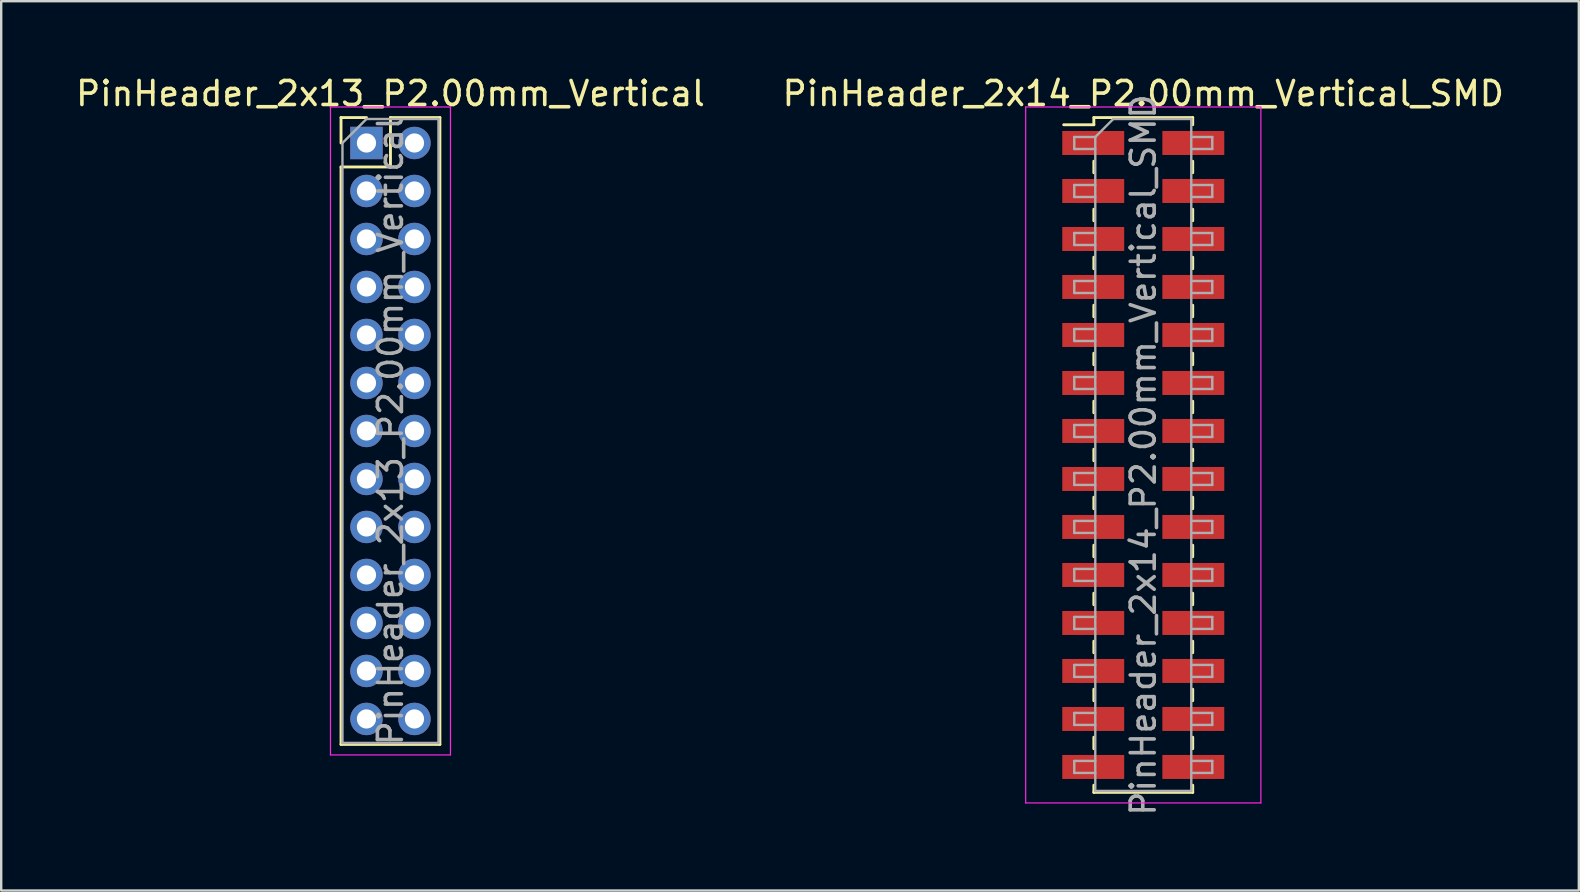
<source format=kicad_pcb>
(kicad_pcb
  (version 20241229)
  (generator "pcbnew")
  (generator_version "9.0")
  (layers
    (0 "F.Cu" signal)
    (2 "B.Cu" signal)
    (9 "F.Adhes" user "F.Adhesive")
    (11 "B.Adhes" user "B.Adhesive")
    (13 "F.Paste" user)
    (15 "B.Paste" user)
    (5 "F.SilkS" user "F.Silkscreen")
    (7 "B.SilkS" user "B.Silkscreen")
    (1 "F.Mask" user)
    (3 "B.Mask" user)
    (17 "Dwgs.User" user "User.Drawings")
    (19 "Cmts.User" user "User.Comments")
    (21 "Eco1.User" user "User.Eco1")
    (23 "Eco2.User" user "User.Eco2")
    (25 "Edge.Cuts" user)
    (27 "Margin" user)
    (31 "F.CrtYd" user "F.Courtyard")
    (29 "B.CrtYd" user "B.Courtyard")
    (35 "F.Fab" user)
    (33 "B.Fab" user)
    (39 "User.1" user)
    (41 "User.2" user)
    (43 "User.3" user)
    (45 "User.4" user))
  (footprint "PinHeader_2x14_P2.00mm_Vertical_SMD"
    (layer "F.Cu")
    (at 44.589 15.908)
    (property "Reference" "PinHeader_2x14_P2.00mm_Vertical_SMD" (at 0 -15.06 0) (layer "F.SilkS") (effects (font (size 1 1) (thickness 0.15))))
    (attr smd)
    (fp_line (start -3.315 -13.76) (end -2.06 -13.76) (stroke (width 0.12) (type solid)) (layer "F.SilkS"))
    (fp_line (start -2.06 -14.06) (end -2.06 -13.76) (stroke (width 0.12) (type solid)) (layer "F.SilkS"))
    (fp_line (start -2.06 -14.06) (end 2.06 -14.06) (stroke (width 0.12) (type solid)) (layer "F.SilkS"))
    (fp_line (start -2.06 -12.24) (end -2.06 -11.76) (stroke (width 0.12) (type solid)) (layer "F.SilkS"))
    (fp_line (start -2.06 -10.24) (end -2.06 -9.76) (stroke (width 0.12) (type solid)) (layer "F.SilkS"))
    (fp_line (start -2.06 -8.24) (end -2.06 -7.76) (stroke (width 0.12) (type solid)) (layer "F.SilkS"))
    (fp_line (start -2.06 -6.24) (end -2.06 -5.76) (stroke (width 0.12) (type solid)) (layer "F.SilkS"))
    (fp_line (start -2.06 -4.24) (end -2.06 -3.76) (stroke (width 0.12) (type solid)) (layer "F.SilkS"))
    (fp_line (start -2.06 -2.24) (end -2.06 -1.76) (stroke (width 0.12) (type solid)) (layer "F.SilkS"))
    (fp_line (start -2.06 -0.24) (end -2.06 0.24) (stroke (width 0.12) (type solid)) (layer "F.SilkS"))
    (fp_line (start -2.06 1.76) (end -2.06 2.24) (stroke (width 0.12) (type solid)) (layer "F.SilkS"))
    (fp_line (start -2.06 3.76) (end -2.06 4.24) (stroke (width 0.12) (type solid)) (layer "F.SilkS"))
    (fp_line (start -2.06 5.76) (end -2.06 6.24) (stroke (width 0.12) (type solid)) (layer "F.SilkS"))
    (fp_line (start -2.06 7.76) (end -2.06 8.24) (stroke (width 0.12) (type solid)) (layer "F.SilkS"))
    (fp_line (start -2.06 9.76) (end -2.06 10.24) (stroke (width 0.12) (type solid)) (layer "F.SilkS"))
    (fp_line (start -2.06 11.76) (end -2.06 12.24) (stroke (width 0.12) (type solid)) (layer "F.SilkS"))
    (fp_line (start -2.06 13.76) (end -2.06 14.06) (stroke (width 0.12) (type solid)) (layer "F.SilkS"))
    (fp_line (start -2.06 14.06) (end 2.06 14.06) (stroke (width 0.12) (type solid)) (layer "F.SilkS"))
    (fp_line (start 2.06 -14.06) (end 2.06 -13.76) (stroke (width 0.12) (type solid)) (layer "F.SilkS"))
    (fp_line (start 2.06 -12.24) (end 2.06 -11.76) (stroke (width 0.12) (type solid)) (layer "F.SilkS"))
    (fp_line (start 2.06 -10.24) (end 2.06 -9.76) (stroke (width 0.12) (type solid)) (layer "F.SilkS"))
    (fp_line (start 2.06 -8.24) (end 2.06 -7.76) (stroke (width 0.12) (type solid)) (layer "F.SilkS"))
    (fp_line (start 2.06 -6.24) (end 2.06 -5.76) (stroke (width 0.12) (type solid)) (layer "F.SilkS"))
    (fp_line (start 2.06 -4.24) (end 2.06 -3.76) (stroke (width 0.12) (type solid)) (layer "F.SilkS"))
    (fp_line (start 2.06 -2.24) (end 2.06 -1.76) (stroke (width 0.12) (type solid)) (layer "F.SilkS"))
    (fp_line (start 2.06 -0.24) (end 2.06 0.24) (stroke (width 0.12) (type solid)) (layer "F.SilkS"))
    (fp_line (start 2.06 1.76) (end 2.06 2.24) (stroke (width 0.12) (type solid)) (layer "F.SilkS"))
    (fp_line (start 2.06 3.76) (end 2.06 4.24) (stroke (width 0.12) (type solid)) (layer "F.SilkS"))
    (fp_line (start 2.06 5.76) (end 2.06 6.24) (stroke (width 0.12) (type solid)) (layer "F.SilkS"))
    (fp_line (start 2.06 7.76) (end 2.06 8.24) (stroke (width 0.12) (type solid)) (layer "F.SilkS"))
    (fp_line (start 2.06 9.76) (end 2.06 10.24) (stroke (width 0.12) (type solid)) (layer "F.SilkS"))
    (fp_line (start 2.06 11.76) (end 2.06 12.24) (stroke (width 0.12) (type solid)) (layer "F.SilkS"))
    (fp_line (start 2.06 13.76) (end 2.06 14.06) (stroke (width 0.12) (type solid)) (layer "F.SilkS"))
    (fp_line (start -4.9 -14.5) (end -4.9 14.5) (stroke (width 0.05) (type solid)) (layer "F.CrtYd"))
    (fp_line (start -4.9 14.5) (end 4.9 14.5) (stroke (width 0.05) (type solid)) (layer "F.CrtYd"))
    (fp_line (start 4.9 -14.5) (end -4.9 -14.5) (stroke (width 0.05) (type solid)) (layer "F.CrtYd"))
    (fp_line (start 4.9 14.5) (end 4.9 -14.5) (stroke (width 0.05) (type solid)) (layer "F.CrtYd"))
    (fp_line (start -2.875 -13.25) (end -2.875 -12.75) (stroke (width 0.1) (type solid)) (layer "F.Fab"))
    (fp_line (start -2.875 -12.75) (end -2 -12.75) (stroke (width 0.1) (type solid)) (layer "F.Fab"))
    (fp_line (start -2.875 -11.25) (end -2.875 -10.75) (stroke (width 0.1) (type solid)) (layer "F.Fab"))
    (fp_line (start -2.875 -10.75) (end -2 -10.75) (stroke (width 0.1) (type solid)) (layer "F.Fab"))
    (fp_line (start -2.875 -9.25) (end -2.875 -8.75) (stroke (width 0.1) (type solid)) (layer "F.Fab"))
    (fp_line (start -2.875 -8.75) (end -2 -8.75) (stroke (width 0.1) (type solid)) (layer "F.Fab"))
    (fp_line (start -2.875 -7.25) (end -2.875 -6.75) (stroke (width 0.1) (type solid)) (layer "F.Fab"))
    (fp_line (start -2.875 -6.75) (end -2 -6.75) (stroke (width 0.1) (type solid)) (layer "F.Fab"))
    (fp_line (start -2.875 -5.25) (end -2.875 -4.75) (stroke (width 0.1) (type solid)) (layer "F.Fab"))
    (fp_line (start -2.875 -4.75) (end -2 -4.75) (stroke (width 0.1) (type solid)) (layer "F.Fab"))
    (fp_line (start -2.875 -3.25) (end -2.875 -2.75) (stroke (width 0.1) (type solid)) (layer "F.Fab"))
    (fp_line (start -2.875 -2.75) (end -2 -2.75) (stroke (width 0.1) (type solid)) (layer "F.Fab"))
    (fp_line (start -2.875 -1.25) (end -2.875 -0.75) (stroke (width 0.1) (type solid)) (layer "F.Fab"))
    (fp_line (start -2.875 -0.75) (end -2 -0.75) (stroke (width 0.1) (type solid)) (layer "F.Fab"))
    (fp_line (start -2.875 0.75) (end -2.875 1.25) (stroke (width 0.1) (type solid)) (layer "F.Fab"))
    (fp_line (start -2.875 1.25) (end -2 1.25) (stroke (width 0.1) (type solid)) (layer "F.Fab"))
    (fp_line (start -2.875 2.75) (end -2.875 3.25) (stroke (width 0.1) (type solid)) (layer "F.Fab"))
    (fp_line (start -2.875 3.25) (end -2 3.25) (stroke (width 0.1) (type solid)) (layer "F.Fab"))
    (fp_line (start -2.875 4.75) (end -2.875 5.25) (stroke (width 0.1) (type solid)) (layer "F.Fab"))
    (fp_line (start -2.875 5.25) (end -2 5.25) (stroke (width 0.1) (type solid)) (layer "F.Fab"))
    (fp_line (start -2.875 6.75) (end -2.875 7.25) (stroke (width 0.1) (type solid)) (layer "F.Fab"))
    (fp_line (start -2.875 7.25) (end -2 7.25) (stroke (width 0.1) (type solid)) (layer "F.Fab"))
    (fp_line (start -2.875 8.75) (end -2.875 9.25) (stroke (width 0.1) (type solid)) (layer "F.Fab"))
    (fp_line (start -2.875 9.25) (end -2 9.25) (stroke (width 0.1) (type solid)) (layer "F.Fab"))
    (fp_line (start -2.875 10.75) (end -2.875 11.25) (stroke (width 0.1) (type solid)) (layer "F.Fab"))
    (fp_line (start -2.875 11.25) (end -2 11.25) (stroke (width 0.1) (type solid)) (layer "F.Fab"))
    (fp_line (start -2.875 12.75) (end -2.875 13.25) (stroke (width 0.1) (type solid)) (layer "F.Fab"))
    (fp_line (start -2.875 13.25) (end -2 13.25) (stroke (width 0.1) (type solid)) (layer "F.Fab"))
    (fp_line (start -2 -13.25) (end -2.875 -13.25) (stroke (width 0.1) (type solid)) (layer "F.Fab"))
    (fp_line (start -2 -13.25) (end -1.25 -14) (stroke (width 0.1) (type solid)) (layer "F.Fab"))
    (fp_line (start -2 -11.25) (end -2.875 -11.25) (stroke (width 0.1) (type solid)) (layer "F.Fab"))
    (fp_line (start -2 -9.25) (end -2.875 -9.25) (stroke (width 0.1) (type solid)) (layer "F.Fab"))
    (fp_line (start -2 -7.25) (end -2.875 -7.25) (stroke (width 0.1) (type solid)) (layer "F.Fab"))
    (fp_line (start -2 -5.25) (end -2.875 -5.25) (stroke (width 0.1) (type solid)) (layer "F.Fab"))
    (fp_line (start -2 -3.25) (end -2.875 -3.25) (stroke (width 0.1) (type solid)) (layer "F.Fab"))
    (fp_line (start -2 -1.25) (end -2.875 -1.25) (stroke (width 0.1) (type solid)) (layer "F.Fab"))
    (fp_line (start -2 0.75) (end -2.875 0.75) (stroke (width 0.1) (type solid)) (layer "F.Fab"))
    (fp_line (start -2 2.75) (end -2.875 2.75) (stroke (width 0.1) (type solid)) (layer "F.Fab"))
    (fp_line (start -2 4.75) (end -2.875 4.75) (stroke (width 0.1) (type solid)) (layer "F.Fab"))
    (fp_line (start -2 6.75) (end -2.875 6.75) (stroke (width 0.1) (type solid)) (layer "F.Fab"))
    (fp_line (start -2 8.75) (end -2.875 8.75) (stroke (width 0.1) (type solid)) (layer "F.Fab"))
    (fp_line (start -2 10.75) (end -2.875 10.75) (stroke (width 0.1) (type solid)) (layer "F.Fab"))
    (fp_line (start -2 12.75) (end -2.875 12.75) (stroke (width 0.1) (type solid)) (layer "F.Fab"))
    (fp_line (start -2 14) (end -2 -13.25) (stroke (width 0.1) (type solid)) (layer "F.Fab"))
    (fp_line (start -1.25 -14) (end 2 -14) (stroke (width 0.1) (type solid)) (layer "F.Fab"))
    (fp_line (start 2 -14) (end 2 14) (stroke (width 0.1) (type solid)) (layer "F.Fab"))
    (fp_line (start 2 -13.25) (end 2.875 -13.25) (stroke (width 0.1) (type solid)) (layer "F.Fab"))
    (fp_line (start 2 -11.25) (end 2.875 -11.25) (stroke (width 0.1) (type solid)) (layer "F.Fab"))
    (fp_line (start 2 -9.25) (end 2.875 -9.25) (stroke (width 0.1) (type solid)) (layer "F.Fab"))
    (fp_line (start 2 -7.25) (end 2.875 -7.25) (stroke (width 0.1) (type solid)) (layer "F.Fab"))
    (fp_line (start 2 -5.25) (end 2.875 -5.25) (stroke (width 0.1) (type solid)) (layer "F.Fab"))
    (fp_line (start 2 -3.25) (end 2.875 -3.25) (stroke (width 0.1) (type solid)) (layer "F.Fab"))
    (fp_line (start 2 -1.25) (end 2.875 -1.25) (stroke (width 0.1) (type solid)) (layer "F.Fab"))
    (fp_line (start 2 0.75) (end 2.875 0.75) (stroke (width 0.1) (type solid)) (layer "F.Fab"))
    (fp_line (start 2 2.75) (end 2.875 2.75) (stroke (width 0.1) (type solid)) (layer "F.Fab"))
    (fp_line (start 2 4.75) (end 2.875 4.75) (stroke (width 0.1) (type solid)) (layer "F.Fab"))
    (fp_line (start 2 6.75) (end 2.875 6.75) (stroke (width 0.1) (type solid)) (layer "F.Fab"))
    (fp_line (start 2 8.75) (end 2.875 8.75) (stroke (width 0.1) (type solid)) (layer "F.Fab"))
    (fp_line (start 2 10.75) (end 2.875 10.75) (stroke (width 0.1) (type solid)) (layer "F.Fab"))
    (fp_line (start 2 12.75) (end 2.875 12.75) (stroke (width 0.1) (type solid)) (layer "F.Fab"))
    (fp_line (start 2 14) (end -2 14) (stroke (width 0.1) (type solid)) (layer "F.Fab"))
    (fp_line (start 2.875 -13.25) (end 2.875 -12.75) (stroke (width 0.1) (type solid)) (layer "F.Fab"))
    (fp_line (start 2.875 -12.75) (end 2 -12.75) (stroke (width 0.1) (type solid)) (layer "F.Fab"))
    (fp_line (start 2.875 -11.25) (end 2.875 -10.75) (stroke (width 0.1) (type solid)) (layer "F.Fab"))
    (fp_line (start 2.875 -10.75) (end 2 -10.75) (stroke (width 0.1) (type solid)) (layer "F.Fab"))
    (fp_line (start 2.875 -9.25) (end 2.875 -8.75) (stroke (width 0.1) (type solid)) (layer "F.Fab"))
    (fp_line (start 2.875 -8.75) (end 2 -8.75) (stroke (width 0.1) (type solid)) (layer "F.Fab"))
    (fp_line (start 2.875 -7.25) (end 2.875 -6.75) (stroke (width 0.1) (type solid)) (layer "F.Fab"))
    (fp_line (start 2.875 -6.75) (end 2 -6.75) (stroke (width 0.1) (type solid)) (layer "F.Fab"))
    (fp_line (start 2.875 -5.25) (end 2.875 -4.75) (stroke (width 0.1) (type solid)) (layer "F.Fab"))
    (fp_line (start 2.875 -4.75) (end 2 -4.75) (stroke (width 0.1) (type solid)) (layer "F.Fab"))
    (fp_line (start 2.875 -3.25) (end 2.875 -2.75) (stroke (width 0.1) (type solid)) (layer "F.Fab"))
    (fp_line (start 2.875 -2.75) (end 2 -2.75) (stroke (width 0.1) (type solid)) (layer "F.Fab"))
    (fp_line (start 2.875 -1.25) (end 2.875 -0.75) (stroke (width 0.1) (type solid)) (layer "F.Fab"))
    (fp_line (start 2.875 -0.75) (end 2 -0.75) (stroke (width 0.1) (type solid)) (layer "F.Fab"))
    (fp_line (start 2.875 0.75) (end 2.875 1.25) (stroke (width 0.1) (type solid)) (layer "F.Fab"))
    (fp_line (start 2.875 1.25) (end 2 1.25) (stroke (width 0.1) (type solid)) (layer "F.Fab"))
    (fp_line (start 2.875 2.75) (end 2.875 3.25) (stroke (width 0.1) (type solid)) (layer "F.Fab"))
    (fp_line (start 2.875 3.25) (end 2 3.25) (stroke (width 0.1) (type solid)) (layer "F.Fab"))
    (fp_line (start 2.875 4.75) (end 2.875 5.25) (stroke (width 0.1) (type solid)) (layer "F.Fab"))
    (fp_line (start 2.875 5.25) (end 2 5.25) (stroke (width 0.1) (type solid)) (layer "F.Fab"))
    (fp_line (start 2.875 6.75) (end 2.875 7.25) (stroke (width 0.1) (type solid)) (layer "F.Fab"))
    (fp_line (start 2.875 7.25) (end 2 7.25) (stroke (width 0.1) (type solid)) (layer "F.Fab"))
    (fp_line (start 2.875 8.75) (end 2.875 9.25) (stroke (width 0.1) (type solid)) (layer "F.Fab"))
    (fp_line (start 2.875 9.25) (end 2 9.25) (stroke (width 0.1) (type solid)) (layer "F.Fab"))
    (fp_line (start 2.875 10.75) (end 2.875 11.25) (stroke (width 0.1) (type solid)) (layer "F.Fab"))
    (fp_line (start 2.875 11.25) (end 2 11.25) (stroke (width 0.1) (type solid)) (layer "F.Fab"))
    (fp_line (start 2.875 12.75) (end 2.875 13.25) (stroke (width 0.1) (type solid)) (layer "F.Fab"))
    (fp_line (start 2.875 13.25) (end 2 13.25) (stroke (width 0.1) (type solid)) (layer "F.Fab"))
    (fp_text user "${REFERENCE}" (at 0 0 90) (layer "F.Fab") (effects (font (size 1 1) (thickness 0.15))))
    (pad "1" smd rect (at -2.085 -13) (size 2.58 1) (layers "F.Cu" "F.Mask" "F.Paste"))
    (pad "2" smd rect (at 2.085 -13) (size 2.58 1) (layers "F.Cu" "F.Mask" "F.Paste"))
    (pad "3" smd rect (at -2.085 -11) (size 2.58 1) (layers "F.Cu" "F.Mask" "F.Paste"))
    (pad "4" smd rect (at 2.085 -11) (size 2.58 1) (layers "F.Cu" "F.Mask" "F.Paste"))
    (pad "5" smd rect (at -2.085 -9) (size 2.58 1) (layers "F.Cu" "F.Mask" "F.Paste"))
    (pad "6" smd rect (at 2.085 -9) (size 2.58 1) (layers "F.Cu" "F.Mask" "F.Paste"))
    (pad "7" smd rect (at -2.085 -7) (size 2.58 1) (layers "F.Cu" "F.Mask" "F.Paste"))
    (pad "8" smd rect (at 2.085 -7) (size 2.58 1) (layers "F.Cu" "F.Mask" "F.Paste"))
    (pad "9" smd rect (at -2.085 -5) (size 2.58 1) (layers "F.Cu" "F.Mask" "F.Paste"))
    (pad "10" smd rect (at 2.085 -5) (size 2.58 1) (layers "F.Cu" "F.Mask" "F.Paste"))
    (pad "11" smd rect (at -2.085 -3) (size 2.58 1) (layers "F.Cu" "F.Mask" "F.Paste"))
    (pad "12" smd rect (at 2.085 -3) (size 2.58 1) (layers "F.Cu" "F.Mask" "F.Paste"))
    (pad "13" smd rect (at -2.085 -1) (size 2.58 1) (layers "F.Cu" "F.Mask" "F.Paste"))
    (pad "14" smd rect (at 2.085 -1) (size 2.58 1) (layers "F.Cu" "F.Mask" "F.Paste"))
    (pad "15" smd rect (at -2.085 1) (size 2.58 1) (layers "F.Cu" "F.Mask" "F.Paste"))
    (pad "16" smd rect (at 2.085 1) (size 2.58 1) (layers "F.Cu" "F.Mask" "F.Paste"))
    (pad "17" smd rect (at -2.085 3) (size 2.58 1) (layers "F.Cu" "F.Mask" "F.Paste"))
    (pad "18" smd rect (at 2.085 3) (size 2.58 1) (layers "F.Cu" "F.Mask" "F.Paste"))
    (pad "19" smd rect (at -2.085 5) (size 2.58 1) (layers "F.Cu" "F.Mask" "F.Paste"))
    (pad "20" smd rect (at 2.085 5) (size 2.58 1) (layers "F.Cu" "F.Mask" "F.Paste"))
    (pad "21" smd rect (at -2.085 7) (size 2.58 1) (layers "F.Cu" "F.Mask" "F.Paste"))
    (pad "22" smd rect (at 2.085 7) (size 2.58 1) (layers "F.Cu" "F.Mask" "F.Paste"))
    (pad "23" smd rect (at -2.085 9) (size 2.58 1) (layers "F.Cu" "F.Mask" "F.Paste"))
    (pad "24" smd rect (at 2.085 9) (size 2.58 1) (layers "F.Cu" "F.Mask" "F.Paste"))
    (pad "25" smd rect (at -2.085 11) (size 2.58 1) (layers "F.Cu" "F.Mask" "F.Paste"))
    (pad "26" smd rect (at 2.085 11) (size 2.58 1) (layers "F.Cu" "F.Mask" "F.Paste"))
    (pad "27" smd rect (at -2.085 13) (size 2.58 1) (layers "F.Cu" "F.Mask" "F.Paste"))
    (pad "28" smd rect (at 2.085 13) (size 2.58 1) (layers "F.Cu" "F.Mask" "F.Paste")))
  (footprint "PinHeader_2x13_P2.00mm_Vertical"
    (layer "F.Cu")
    (at 12.22 2.908)
    (property "Reference" "PinHeader_2x13_P2.00mm_Vertical" (at 1 -2.06 0) (layer "F.SilkS") (effects (font (size 1 1) (thickness 0.15))))
    (attr through_hole)
    (fp_line (start -1.06 -1.06) (end 0 -1.06) (stroke (width 0.12) (type solid)) (layer "F.SilkS"))
    (fp_line (start -1.06 0) (end -1.06 -1.06) (stroke (width 0.12) (type solid)) (layer "F.SilkS"))
    (fp_line (start -1.06 1) (end -1.06 25.06) (stroke (width 0.12) (type solid)) (layer "F.SilkS"))
    (fp_line (start -1.06 1) (end 1 1) (stroke (width 0.12) (type solid)) (layer "F.SilkS"))
    (fp_line (start -1.06 25.06) (end 3.06 25.06) (stroke (width 0.12) (type solid)) (layer "F.SilkS"))
    (fp_line (start 1 -1.06) (end 3.06 -1.06) (stroke (width 0.12) (type solid)) (layer "F.SilkS"))
    (fp_line (start 1 1) (end 1 -1.06) (stroke (width 0.12) (type solid)) (layer "F.SilkS"))
    (fp_line (start 3.06 -1.06) (end 3.06 25.06) (stroke (width 0.12) (type solid)) (layer "F.SilkS"))
    (fp_line (start -1.5 -1.5) (end -1.5 25.5) (stroke (width 0.05) (type solid)) (layer "F.CrtYd"))
    (fp_line (start -1.5 25.5) (end 3.5 25.5) (stroke (width 0.05) (type solid)) (layer "F.CrtYd"))
    (fp_line (start 3.5 -1.5) (end -1.5 -1.5) (stroke (width 0.05) (type solid)) (layer "F.CrtYd"))
    (fp_line (start 3.5 25.5) (end 3.5 -1.5) (stroke (width 0.05) (type solid)) (layer "F.CrtYd"))
    (fp_line (start -1 0) (end 0 -1) (stroke (width 0.1) (type solid)) (layer "F.Fab"))
    (fp_line (start -1 25) (end -1 0) (stroke (width 0.1) (type solid)) (layer "F.Fab"))
    (fp_line (start 0 -1) (end 3 -1) (stroke (width 0.1) (type solid)) (layer "F.Fab"))
    (fp_line (start 3 -1) (end 3 25) (stroke (width 0.1) (type solid)) (layer "F.Fab"))
    (fp_line (start 3 25) (end -1 25) (stroke (width 0.1) (type solid)) (layer "F.Fab"))
    (fp_text user "${REFERENCE}" (at 1 12 90) (layer "F.Fab") (effects (font (size 1 1) (thickness 0.15))))
    (pad "1" thru_hole rect (at 0 0) (size 1.35 1.35) (drill 0.8) (layers "*.Cu" "*.Mask"))
    (pad "2" thru_hole oval (at 2 0) (size 1.35 1.35) (drill 0.8) (layers "*.Cu" "*.Mask"))
    (pad "3" thru_hole oval (at 0 2) (size 1.35 1.35) (drill 0.8) (layers "*.Cu" "*.Mask"))
    (pad "4" thru_hole oval (at 2 2) (size 1.35 1.35) (drill 0.8) (layers "*.Cu" "*.Mask"))
    (pad "5" thru_hole oval (at 0 4) (size 1.35 1.35) (drill 0.8) (layers "*.Cu" "*.Mask"))
    (pad "6" thru_hole oval (at 2 4) (size 1.35 1.35) (drill 0.8) (layers "*.Cu" "*.Mask"))
    (pad "7" thru_hole oval (at 0 6) (size 1.35 1.35) (drill 0.8) (layers "*.Cu" "*.Mask"))
    (pad "8" thru_hole oval (at 2 6) (size 1.35 1.35) (drill 0.8) (layers "*.Cu" "*.Mask"))
    (pad "9" thru_hole oval (at 0 8) (size 1.35 1.35) (drill 0.8) (layers "*.Cu" "*.Mask"))
    (pad "10" thru_hole oval (at 2 8) (size 1.35 1.35) (drill 0.8) (layers "*.Cu" "*.Mask"))
    (pad "11" thru_hole oval (at 0 10) (size 1.35 1.35) (drill 0.8) (layers "*.Cu" "*.Mask"))
    (pad "12" thru_hole oval (at 2 10) (size 1.35 1.35) (drill 0.8) (layers "*.Cu" "*.Mask"))
    (pad "13" thru_hole oval (at 0 12) (size 1.35 1.35) (drill 0.8) (layers "*.Cu" "*.Mask"))
    (pad "14" thru_hole oval (at 2 12) (size 1.35 1.35) (drill 0.8) (layers "*.Cu" "*.Mask"))
    (pad "15" thru_hole oval (at 0 14) (size 1.35 1.35) (drill 0.8) (layers "*.Cu" "*.Mask"))
    (pad "16" thru_hole oval (at 2 14) (size 1.35 1.35) (drill 0.8) (layers "*.Cu" "*.Mask"))
    (pad "17" thru_hole oval (at 0 16) (size 1.35 1.35) (drill 0.8) (layers "*.Cu" "*.Mask"))
    (pad "18" thru_hole oval (at 2 16) (size 1.35 1.35) (drill 0.8) (layers "*.Cu" "*.Mask"))
    (pad "19" thru_hole oval (at 0 18) (size 1.35 1.35) (drill 0.8) (layers "*.Cu" "*.Mask"))
    (pad "20" thru_hole oval (at 2 18) (size 1.35 1.35) (drill 0.8) (layers "*.Cu" "*.Mask"))
    (pad "21" thru_hole oval (at 0 20) (size 1.35 1.35) (drill 0.8) (layers "*.Cu" "*.Mask"))
    (pad "22" thru_hole oval (at 2 20) (size 1.35 1.35) (drill 0.8) (layers "*.Cu" "*.Mask"))
    (pad "23" thru_hole oval (at 0 22) (size 1.35 1.35) (drill 0.8) (layers "*.Cu" "*.Mask"))
    (pad "24" thru_hole oval (at 2 22) (size 1.35 1.35) (drill 0.8) (layers "*.Cu" "*.Mask"))
    (pad "25" thru_hole oval (at 0 24) (size 1.35 1.35) (drill 0.8) (layers "*.Cu" "*.Mask"))
    (pad "26" thru_hole oval (at 2 24) (size 1.35 1.35) (drill 0.8) (layers "*.Cu" "*.Mask")))
  (gr_rect
    (start -3 -3)
    (end 62.738 34.057)
    (stroke (width 0.1) (type default))
    (fill no)
    (layer "Edge.Cuts")))
</source>
